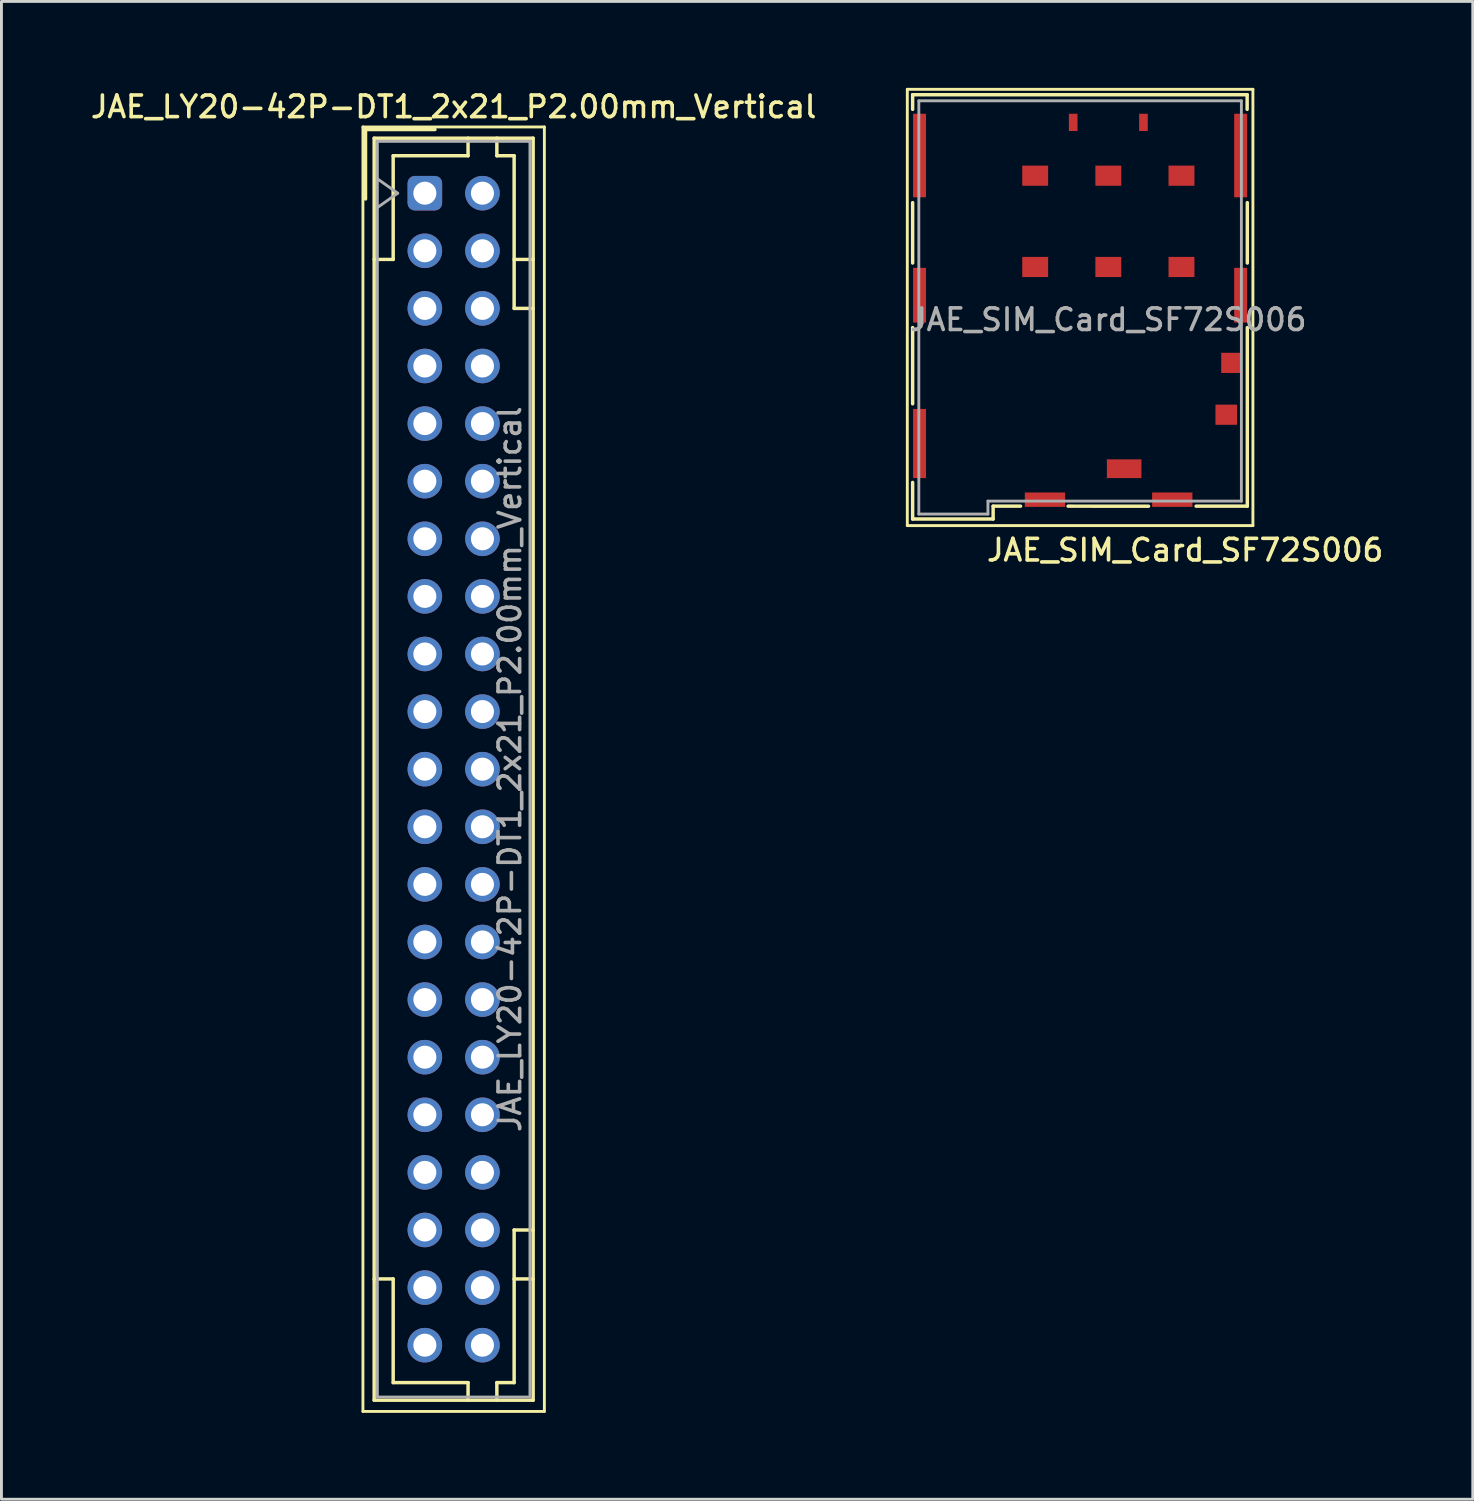
<source format=kicad_pcb>
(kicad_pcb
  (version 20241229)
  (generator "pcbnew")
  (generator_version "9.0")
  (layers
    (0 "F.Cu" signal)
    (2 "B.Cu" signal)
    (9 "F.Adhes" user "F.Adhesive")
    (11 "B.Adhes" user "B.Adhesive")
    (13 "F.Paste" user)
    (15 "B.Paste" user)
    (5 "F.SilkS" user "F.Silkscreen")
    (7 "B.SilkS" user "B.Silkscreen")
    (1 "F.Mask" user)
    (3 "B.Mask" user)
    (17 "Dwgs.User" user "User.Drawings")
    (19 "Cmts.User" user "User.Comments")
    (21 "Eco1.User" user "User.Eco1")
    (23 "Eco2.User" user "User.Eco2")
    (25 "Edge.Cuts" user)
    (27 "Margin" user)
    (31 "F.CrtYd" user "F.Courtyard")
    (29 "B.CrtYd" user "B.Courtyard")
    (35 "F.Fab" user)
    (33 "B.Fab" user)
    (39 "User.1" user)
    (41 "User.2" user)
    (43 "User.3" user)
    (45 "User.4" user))
  (footprint "JAE_SIM_Card_SF72S006"
    (layer "F.Cu")
    (at 35.434 5.51)
    (property "Reference" "JAE_SIM_Card_SF72S006" (at 2.667 10.541 180) (layer "F.SilkS") (effects (font (size 0.75 0.75) (thickness 0.125))))
    (attr smd)
    (fp_line (start -6.98 -5.46) (end -6.98 9.69) (stroke (width 0.1) (type solid)) (layer "F.SilkS"))
    (fp_line (start -6.98 9.69) (end 5.02 9.69) (stroke (width 0.1) (type solid)) (layer "F.SilkS"))
    (fp_line (start -6.795 -4.763) (end -6.795 -5.271) (stroke (width 0.12) (type solid)) (layer "F.SilkS"))
    (fp_line (start -6.795 0.572) (end -6.795 -1.524) (stroke (width 0.12) (type solid)) (layer "F.SilkS"))
    (fp_line (start -6.795 5.461) (end -6.795 2.815) (stroke (width 0.12) (type solid)) (layer "F.SilkS"))
    (fp_line (start -6.795 9.461) (end -6.795 8.191) (stroke (width 0.12) (type solid)) (layer "F.SilkS"))
    (fp_line (start -4 9.461) (end -6.795 9.461) (stroke (width 0.12) (type solid)) (layer "F.SilkS"))
    (fp_line (start -4 9.461) (end -4 9.017) (stroke (width 0.12) (type solid)) (layer "F.SilkS"))
    (fp_line (start -3.048 9.015) (end -4 9.015) (stroke (width 0.12) (type solid)) (layer "F.SilkS"))
    (fp_line (start 1.397 9.017) (end -1.397 9.015) (stroke (width 0.12) (type solid)) (layer "F.SilkS"))
    (fp_line (start 4.82 -5.271) (end -6.795 -5.271) (stroke (width 0.12) (type solid)) (layer "F.SilkS"))
    (fp_line (start 4.82 -5.271) (end 4.82 -4.763) (stroke (width 0.12) (type solid)) (layer "F.SilkS"))
    (fp_line (start 4.826 -1.524) (end 4.826 0.572) (stroke (width 0.12) (type solid)) (layer "F.SilkS"))
    (fp_line (start 4.826 2.815) (end 4.826 9.015) (stroke (width 0.12) (type solid)) (layer "F.SilkS"))
    (fp_line (start 4.826 9.015) (end 3.048 9.015) (stroke (width 0.12) (type solid)) (layer "F.SilkS"))
    (fp_line (start 5.02 -5.46) (end -6.98 -5.46) (stroke (width 0.1) (type solid)) (layer "F.SilkS"))
    (fp_line (start 5.02 9.69) (end 5.02 -5.46) (stroke (width 0.1) (type solid)) (layer "F.SilkS"))
    (fp_line (start -6.58 9.29) (end -6.58 -5.06) (stroke (width 0.1) (type solid)) (layer "F.Fab"))
    (fp_line (start -4.18 8.84) (end -4.18 9.29) (stroke (width 0.1) (type solid)) (layer "F.Fab"))
    (fp_line (start -4.18 9.29) (end -6.58 9.29) (stroke (width 0.1) (type solid)) (layer "F.Fab"))
    (fp_line (start 4.62 -5.06) (end -6.58 -5.06) (stroke (width 0.1) (type solid)) (layer "F.Fab"))
    (fp_line (start 4.62 -5.06) (end 4.62 8.84) (stroke (width 0.1) (type solid)) (layer "F.Fab"))
    (fp_line (start 4.62 8.84) (end -4.18 8.84) (stroke (width 0.1) (type solid)) (layer "F.Fab"))
    (fp_text user "${REFERENCE}" (at 0 2.54 180) (layer "F.Fab") (effects (font (size 0.75 0.75) (thickness 0.125))))
    (pad "C1" smd rect (at -2.54 -2.46 180) (size 0.9 0.7) (layers "F.Cu" "F.Mask" "F.Paste"))
    (pad "C2" smd rect (at 0 -2.46 180) (size 0.9 0.7) (layers "F.Cu" "F.Mask" "F.Paste"))
    (pad "C3" smd rect (at 2.54 -2.46 180) (size 0.9 0.7) (layers "F.Cu" "F.Mask" "F.Paste"))
    (pad "C5" smd rect (at -2.54 0.71 180) (size 0.9 0.7) (layers "F.Cu" "F.Mask" "F.Paste"))
    (pad "C6" smd rect (at 0 0.71 180) (size 0.9 0.7) (layers "F.Cu" "F.Mask" "F.Paste"))
    (pad "C7" smd rect (at 2.54 0.71 180) (size 0.9 0.7) (layers "F.Cu" "F.Mask" "F.Paste"))
    (pad "CSW" smd rect (at 4.27 4.04 180) (size 0.7 0.7) (layers "F.Cu" "F.Mask" "F.Paste"))
    (pad "DSW" smd rect (at 0.55 7.715 180) (size 1.2 0.65) (layers "F.Cu" "F.Mask" "F.Paste"))
    (pad "SH" smd rect (at -6.555 -3.16 180) (size 0.45 2.9) (layers "F.Cu" "F.Mask" "F.Paste"))
    (pad "SH" smd rect (at -6.555 1.69 180) (size 0.45 1.9) (layers "F.Cu" "F.Mask" "F.Paste"))
    (pad "SH" smd rect (at -6.555 6.84 180) (size 0.45 2.4) (layers "F.Cu" "F.Mask" "F.Paste"))
    (pad "SH" smd rect (at -2.2 8.79 180) (size 1.4 0.5) (layers "F.Cu" "F.Mask" "F.Paste"))
    (pad "SH" smd rect (at -1.22 -4.31 180) (size 0.3 0.6) (layers "F.Cu" "F.Mask" "F.Paste"))
    (pad "SH" smd rect (at 1.22 -4.31 180) (size 0.3 0.6) (layers "F.Cu" "F.Mask" "F.Paste"))
    (pad "SH" smd rect (at 2.22 8.79 180) (size 1.4 0.5) (layers "F.Cu" "F.Mask" "F.Paste"))
    (pad "SH" smd rect (at 4.095 5.84 180) (size 0.75 0.7) (layers "F.Cu" "F.Mask" "F.Paste"))
    (pad "SH" smd rect (at 4.595 -3.16 180) (size 0.45 2.9) (layers "F.Cu" "F.Mask" "F.Paste"))
    (pad "SH" smd rect (at 4.595 1.69 180) (size 0.45 1.9) (layers "F.Cu" "F.Mask" "F.Paste")))
  (footprint "JAE_LY20-42P-DT1_2x21_P2.00mm_Vertical"
    (layer "F.Cu")
    (at 11.702 3.658)
    (property "Reference" "JAE_LY20-42P-DT1_2x21_P2.00mm_Vertical" (at 1 -3 0) (layer "F.SilkS") (effects (font (size 0.75 0.75) (thickness 0.125))))
    (attr through_hole)
    (fp_line (start -2.15 -2.3) (end -2.15 42.3) (stroke (width 0.1) (type solid)) (layer "F.SilkS"))
    (fp_line (start -2.15 42.3) (end 4.15 42.3) (stroke (width 0.1) (type solid)) (layer "F.SilkS"))
    (fp_line (start -2.06 -2.21) (end -2.06 0.2) (stroke (width 0.12) (type solid)) (layer "F.SilkS"))
    (fp_line (start -1.76 -1.91) (end -1.76 41.91) (stroke (width 0.12) (type solid)) (layer "F.SilkS"))
    (fp_line (start -1.76 41.91) (end 3.76 41.91) (stroke (width 0.12) (type solid)) (layer "F.SilkS"))
    (fp_line (start -1.1 -1.3) (end -1.1 2.3) (stroke (width 0.12) (type solid)) (layer "F.SilkS"))
    (fp_line (start -1.1 2.3) (end -1.76 2.3) (stroke (width 0.12) (type solid)) (layer "F.SilkS"))
    (fp_line (start -1.1 37.7) (end -1.76 37.7) (stroke (width 0.12) (type solid)) (layer "F.SilkS"))
    (fp_line (start -1.1 41.3) (end -1.1 37.7) (stroke (width 0.12) (type solid)) (layer "F.SilkS"))
    (fp_line (start 0.35 -2.21) (end -2.06 -2.21) (stroke (width 0.12) (type solid)) (layer "F.SilkS"))
    (fp_line (start 1.5 -1.91) (end 1.5 -1.3) (stroke (width 0.12) (type solid)) (layer "F.SilkS"))
    (fp_line (start 1.5 -1.3) (end -1.1 -1.3) (stroke (width 0.12) (type solid)) (layer "F.SilkS"))
    (fp_line (start 1.5 41.3) (end -1.1 41.3) (stroke (width 0.12) (type solid)) (layer "F.SilkS"))
    (fp_line (start 1.5 41.91) (end 1.5 41.3) (stroke (width 0.12) (type solid)) (layer "F.SilkS"))
    (fp_line (start 2.5 -1.91) (end 2.5 -1.3) (stroke (width 0.12) (type solid)) (layer "F.SilkS"))
    (fp_line (start 2.5 -1.3) (end 3.1 -1.3) (stroke (width 0.12) (type solid)) (layer "F.SilkS"))
    (fp_line (start 2.5 41.3) (end 3.1 41.3) (stroke (width 0.12) (type solid)) (layer "F.SilkS"))
    (fp_line (start 2.5 41.91) (end 2.5 41.3) (stroke (width 0.12) (type solid)) (layer "F.SilkS"))
    (fp_line (start 3.1 -1.3) (end 3.1 4) (stroke (width 0.12) (type solid)) (layer "F.SilkS"))
    (fp_line (start 3.1 4) (end 3.76 4) (stroke (width 0.12) (type solid)) (layer "F.SilkS"))
    (fp_line (start 3.1 36) (end 3.76 36) (stroke (width 0.12) (type solid)) (layer "F.SilkS"))
    (fp_line (start 3.1 41.3) (end 3.1 36) (stroke (width 0.12) (type solid)) (layer "F.SilkS"))
    (fp_line (start 3.76 -1.91) (end -1.76 -1.91) (stroke (width 0.12) (type solid)) (layer "F.SilkS"))
    (fp_line (start 3.76 2.3) (end 3.1 2.3) (stroke (width 0.12) (type solid)) (layer "F.SilkS"))
    (fp_line (start 3.76 37.7) (end 3.1 37.7) (stroke (width 0.12) (type solid)) (layer "F.SilkS"))
    (fp_line (start 3.76 41.91) (end 3.76 -1.91) (stroke (width 0.12) (type solid)) (layer "F.SilkS"))
    (fp_line (start 4.15 -2.3) (end -2.15 -2.3) (stroke (width 0.1) (type solid)) (layer "F.SilkS"))
    (fp_line (start 4.15 42.3) (end 4.15 -2.3) (stroke (width 0.1) (type solid)) (layer "F.SilkS"))
    (fp_line (start -1.65 -1.8) (end -1.65 41.8) (stroke (width 0.1) (type solid)) (layer "F.Fab"))
    (fp_line (start -1.65 0.5) (end -0.943 0) (stroke (width 0.1) (type solid)) (layer "F.Fab"))
    (fp_line (start -1.65 41.8) (end 3.65 41.8) (stroke (width 0.1) (type solid)) (layer "F.Fab"))
    (fp_line (start -0.943 0) (end -1.65 -0.5) (stroke (width 0.1) (type solid)) (layer "F.Fab"))
    (fp_line (start 3.65 -1.8) (end -1.65 -1.8) (stroke (width 0.1) (type solid)) (layer "F.Fab"))
    (fp_line (start 3.65 41.8) (end 3.65 -1.8) (stroke (width 0.1) (type solid)) (layer "F.Fab"))
    (fp_text user "${REFERENCE}" (at 2.95 20 90) (layer "F.Fab") (effects (font (size 0.75 0.75) (thickness 0.125))))
    (pad "a1" thru_hole roundrect (at 0 0) (size 1.2 1.2) (drill 0.8) (layers "*.Cu" "*.Mask") (roundrect_rratio 0.208))
    (pad "a2" thru_hole circle (at 0 2) (size 1.2 1.2) (drill 0.8) (layers "*.Cu" "*.Mask"))
    (pad "a3" thru_hole circle (at 0 4) (size 1.2 1.2) (drill 0.8) (layers "*.Cu" "*.Mask"))
    (pad "a4" thru_hole circle (at 0 6) (size 1.2 1.2) (drill 0.8) (layers "*.Cu" "*.Mask"))
    (pad "a5" thru_hole circle (at 0 8) (size 1.2 1.2) (drill 0.8) (layers "*.Cu" "*.Mask"))
    (pad "a6" thru_hole circle (at 0 10) (size 1.2 1.2) (drill 0.8) (layers "*.Cu" "*.Mask"))
    (pad "a7" thru_hole circle (at 0 12) (size 1.2 1.2) (drill 0.8) (layers "*.Cu" "*.Mask"))
    (pad "a8" thru_hole circle (at 0 14) (size 1.2 1.2) (drill 0.8) (layers "*.Cu" "*.Mask"))
    (pad "a9" thru_hole circle (at 0 16) (size 1.2 1.2) (drill 0.8) (layers "*.Cu" "*.Mask"))
    (pad "a10" thru_hole circle (at 0 18) (size 1.2 1.2) (drill 0.8) (layers "*.Cu" "*.Mask"))
    (pad "a11" thru_hole circle (at 0 20) (size 1.2 1.2) (drill 0.8) (layers "*.Cu" "*.Mask"))
    (pad "a12" thru_hole circle (at 0 22) (size 1.2 1.2) (drill 0.8) (layers "*.Cu" "*.Mask"))
    (pad "a13" thru_hole circle (at 0 24) (size 1.2 1.2) (drill 0.8) (layers "*.Cu" "*.Mask"))
    (pad "a14" thru_hole circle (at 0 26) (size 1.2 1.2) (drill 0.8) (layers "*.Cu" "*.Mask"))
    (pad "a15" thru_hole circle (at 0 28) (size 1.2 1.2) (drill 0.8) (layers "*.Cu" "*.Mask"))
    (pad "a16" thru_hole circle (at 0 30) (size 1.2 1.2) (drill 0.8) (layers "*.Cu" "*.Mask"))
    (pad "a17" thru_hole circle (at 0 32) (size 1.2 1.2) (drill 0.8) (layers "*.Cu" "*.Mask"))
    (pad "a18" thru_hole circle (at 0 34) (size 1.2 1.2) (drill 0.8) (layers "*.Cu" "*.Mask"))
    (pad "a19" thru_hole circle (at 0 36) (size 1.2 1.2) (drill 0.8) (layers "*.Cu" "*.Mask"))
    (pad "a20" thru_hole circle (at 0 38) (size 1.2 1.2) (drill 0.8) (layers "*.Cu" "*.Mask"))
    (pad "a21" thru_hole circle (at 0 40) (size 1.2 1.2) (drill 0.8) (layers "*.Cu" "*.Mask"))
    (pad "b1" thru_hole circle (at 2 0) (size 1.2 1.2) (drill 0.8) (layers "*.Cu" "*.Mask"))
    (pad "b2" thru_hole circle (at 2 2) (size 1.2 1.2) (drill 0.8) (layers "*.Cu" "*.Mask"))
    (pad "b3" thru_hole circle (at 2 4) (size 1.2 1.2) (drill 0.8) (layers "*.Cu" "*.Mask"))
    (pad "b4" thru_hole circle (at 2 6) (size 1.2 1.2) (drill 0.8) (layers "*.Cu" "*.Mask"))
    (pad "b5" thru_hole circle (at 2 8) (size 1.2 1.2) (drill 0.8) (layers "*.Cu" "*.Mask"))
    (pad "b6" thru_hole circle (at 2 10) (size 1.2 1.2) (drill 0.8) (layers "*.Cu" "*.Mask"))
    (pad "b7" thru_hole circle (at 2 12) (size 1.2 1.2) (drill 0.8) (layers "*.Cu" "*.Mask"))
    (pad "b8" thru_hole circle (at 2 14) (size 1.2 1.2) (drill 0.8) (layers "*.Cu" "*.Mask"))
    (pad "b9" thru_hole circle (at 2 16) (size 1.2 1.2) (drill 0.8) (layers "*.Cu" "*.Mask"))
    (pad "b10" thru_hole circle (at 2 18) (size 1.2 1.2) (drill 0.8) (layers "*.Cu" "*.Mask"))
    (pad "b11" thru_hole circle (at 2 20) (size 1.2 1.2) (drill 0.8) (layers "*.Cu" "*.Mask"))
    (pad "b12" thru_hole circle (at 2 22) (size 1.2 1.2) (drill 0.8) (layers "*.Cu" "*.Mask"))
    (pad "b13" thru_hole circle (at 2 24) (size 1.2 1.2) (drill 0.8) (layers "*.Cu" "*.Mask"))
    (pad "b14" thru_hole circle (at 2 26) (size 1.2 1.2) (drill 0.8) (layers "*.Cu" "*.Mask"))
    (pad "b15" thru_hole circle (at 2 28) (size 1.2 1.2) (drill 0.8) (layers "*.Cu" "*.Mask"))
    (pad "b16" thru_hole circle (at 2 30) (size 1.2 1.2) (drill 0.8) (layers "*.Cu" "*.Mask"))
    (pad "b17" thru_hole circle (at 2 32) (size 1.2 1.2) (drill 0.8) (layers "*.Cu" "*.Mask"))
    (pad "b18" thru_hole circle (at 2 34) (size 1.2 1.2) (drill 0.8) (layers "*.Cu" "*.Mask"))
    (pad "b19" thru_hole circle (at 2 36) (size 1.2 1.2) (drill 0.8) (layers "*.Cu" "*.Mask"))
    (pad "b20" thru_hole circle (at 2 38) (size 1.2 1.2) (drill 0.8) (layers "*.Cu" "*.Mask"))
    (pad "b21" thru_hole circle (at 2 40) (size 1.2 1.2) (drill 0.8) (layers "*.Cu" "*.Mask")))
  (gr_rect
    (start -3 -3)
    (end 48.088 49.008)
    (stroke (width 0.1) (type default))
    (fill no)
    (layer "Edge.Cuts")))
</source>
